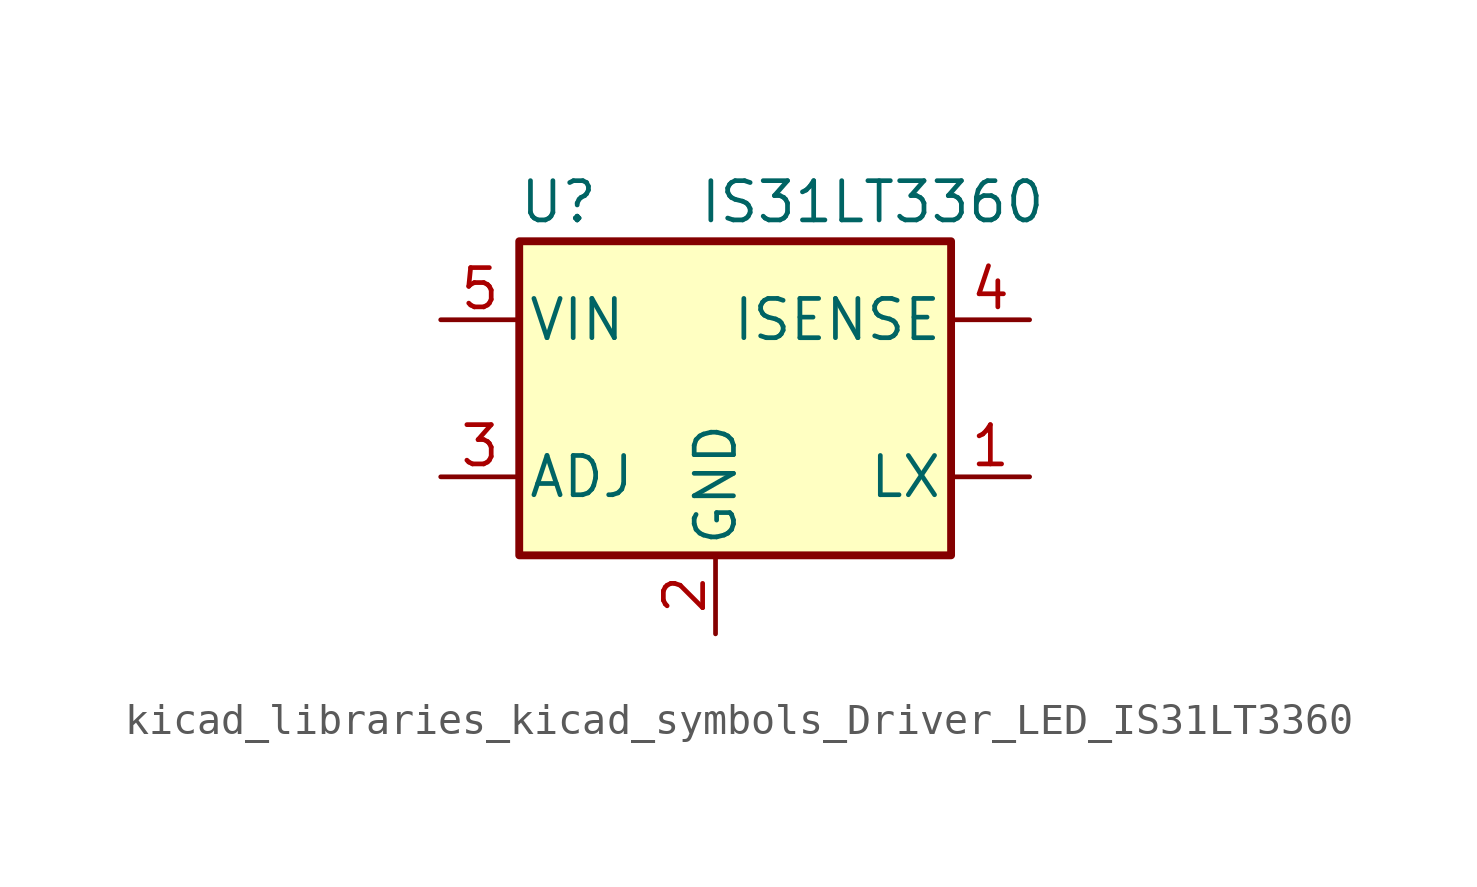
<source format=kicad_sym>
(kicad_symbol_lib
  (version 20220914)
  (generator kicad_symbol_editor)
  (symbol "kicad_libraries_kicad_symbols_Driver_LED_IS31LT3360"
    (pin_names
      (offset 0.254))
    (property "Reference" "U"
      (at -5.08 8.89 0)
      (effects (font (size 1.27 1.27))))
    (property "Value" "IS31LT3360"
      (at 5.08 8.89 0)
      (effects (font (size 1.27 1.27))))
    (symbol "kicad_libraries_kicad_symbols_Driver_LED_IS31LT3360_0_1"
      (rectangle (start -6.35 7.62) (end 7.62 -2.54) (stroke (width 0.254) (type default)) (fill (type background))))
    (symbol "kicad_libraries_kicad_symbols_Driver_LED_IS31LT3360_1_1"
      (pin open_collector line (at 10.16 0 180) (length 2.54) (name "LX" (effects (font (size 1.27 1.27)))) (number "1" (effects (font (size 1.27 1.27)))))
      (pin power_in line (at 0 -5.08 90) (length 2.54) (name "GND" (effects (font (size 1.27 1.27)))) (number "2" (effects (font (size 1.27 1.27)))))
      (pin input line (at -8.89 0 0) (length 2.54) (name "ADJ" (effects (font (size 1.27 1.27)))) (number "3" (effects (font (size 1.27 1.27)))))
      (pin input line (at 10.16 5.08 180) (length 2.54) (name "ISENSE" (effects (font (size 1.27 1.27)))) (number "4" (effects (font (size 1.27 1.27)))))
      (pin power_in line (at -8.89 5.08 0) (length 2.54) (name "VIN" (effects (font (size 1.27 1.27)))) (number "5" (effects (font (size 1.27 1.27))))))))
</source>
